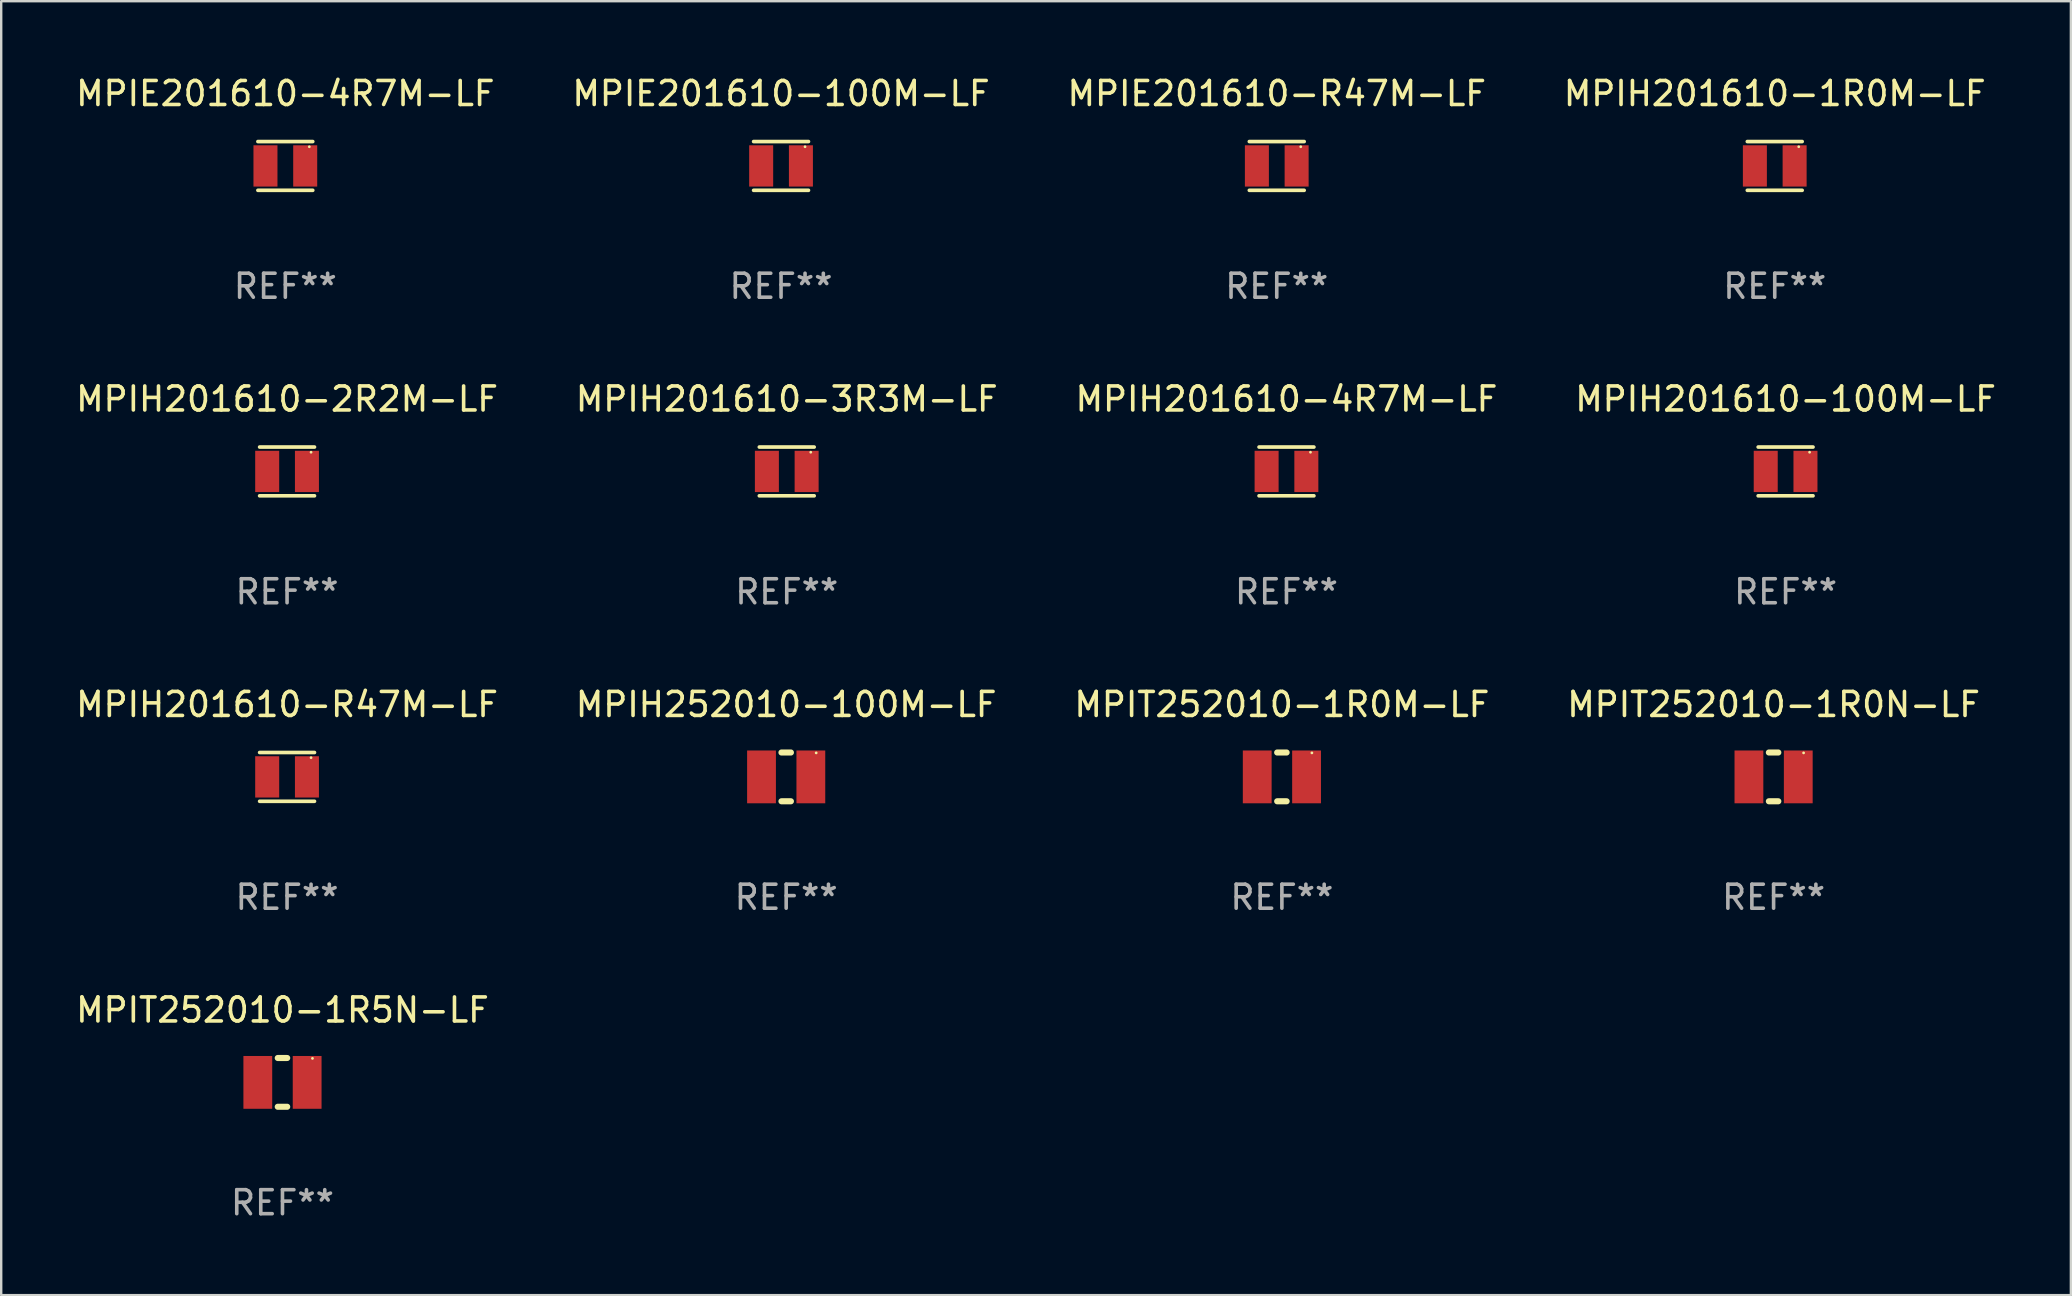
<source format=kicad_pcb>
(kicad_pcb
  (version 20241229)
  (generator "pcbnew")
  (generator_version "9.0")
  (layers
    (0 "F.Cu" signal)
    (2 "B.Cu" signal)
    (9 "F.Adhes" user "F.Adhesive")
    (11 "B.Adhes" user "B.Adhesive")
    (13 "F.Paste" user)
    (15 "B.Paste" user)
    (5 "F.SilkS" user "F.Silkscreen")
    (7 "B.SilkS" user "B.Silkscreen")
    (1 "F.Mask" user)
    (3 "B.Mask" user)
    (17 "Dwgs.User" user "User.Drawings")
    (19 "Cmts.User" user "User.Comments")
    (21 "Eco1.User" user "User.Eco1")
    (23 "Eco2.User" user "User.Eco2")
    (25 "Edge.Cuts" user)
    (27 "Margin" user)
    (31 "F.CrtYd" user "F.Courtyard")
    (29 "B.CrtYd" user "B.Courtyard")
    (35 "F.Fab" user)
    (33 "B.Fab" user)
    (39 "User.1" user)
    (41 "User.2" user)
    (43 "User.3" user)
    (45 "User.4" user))
  (footprint "MPIT252010-1R0M-LF"
    (layer "F.Cu")
    (at 50.363 29.321)
    (property "Reference" "MPIT252010-1R0M-LF" (at 0 -3.016 0) (layer "F.SilkS") (effects (font (size 1 1) (thickness 0.15))))
    (attr through_hole)
    (fp_line (start -0.197 1.016) (end 0.197 1.016) (stroke (width 0.254) (type solid)) (layer "F.SilkS"))
    (fp_line (start 0.197 -1.016) (end -0.197 -1.016) (stroke (width 0.254) (type solid)) (layer "F.SilkS"))
    (fp_circle (center 1.25 -1) (end 1.28 -1) (stroke (width 0.06) (type solid)) (fill no) (layer "F.SilkS"))
    (fp_text user "REF**" (at 0 5.016 0) (layer "F.Fab") (effects (font (size 1 1) (thickness 0.15))))
    (pad "1" smd rect (at 1.028 0) (size 1.2 2.2) (layers "F.Cu" "F.Mask" "F.Paste"))
    (pad "2" smd rect (at -1.028 0) (size 1.2 2.2) (layers "F.Cu" "F.Mask" "F.Paste")))
  (footprint "MPIE201610-4R7M-LF"
    (layer "F.Cu")
    (at 8.839 3.864)
    (property "Reference" "MPIE201610-4R7M-LF" (at 0 -3.016 0) (layer "F.SilkS") (effects (font (size 1 1) (thickness 0.15))))
    (attr through_hole)
    (fp_line (start -1.143 -1.016) (end 1.143 -1.016) (stroke (width 0.152) (type solid)) (layer "F.SilkS"))
    (fp_line (start 1.143 1.016) (end -1.143 1.016) (stroke (width 0.152) (type solid)) (layer "F.SilkS"))
    (fp_circle (center 1 -0.8) (end 1.03 -0.8) (stroke (width 0.06) (type solid)) (fill no) (layer "F.SilkS"))
    (fp_text user "REF**" (at 0 5.016 0) (layer "F.Fab") (effects (font (size 1 1) (thickness 0.15))))
    (pad "1" smd rect (at 0.828 0) (size 1 1.72) (layers "F.Cu" "F.Mask" "F.Paste"))
    (pad "2" smd rect (at -0.828 0) (size 1 1.72) (layers "F.Cu" "F.Mask" "F.Paste")))
  (footprint "MPIE201610-100M-LF"
    (layer "F.Cu")
    (at 29.494 3.864)
    (property "Reference" "MPIE201610-100M-LF" (at 0 -3.016 0) (layer "F.SilkS") (effects (font (size 1 1) (thickness 0.15))))
    (attr through_hole)
    (fp_line (start -1.143 -1.016) (end 1.143 -1.016) (stroke (width 0.152) (type solid)) (layer "F.SilkS"))
    (fp_line (start 1.143 1.016) (end -1.143 1.016) (stroke (width 0.152) (type solid)) (layer "F.SilkS"))
    (fp_circle (center 1 -0.8) (end 1.03 -0.8) (stroke (width 0.06) (type solid)) (fill no) (layer "F.SilkS"))
    (fp_text user "REF**" (at 0 5.016 0) (layer "F.Fab") (effects (font (size 1 1) (thickness 0.15))))
    (pad "1" smd rect (at 0.828 0) (size 1 1.72) (layers "F.Cu" "F.Mask" "F.Paste"))
    (pad "2" smd rect (at -0.828 0) (size 1 1.72) (layers "F.Cu" "F.Mask" "F.Paste")))
  (footprint "MPIH201610-4R7M-LF"
    (layer "F.Cu")
    (at 50.554 16.593)
    (property "Reference" "MPIH201610-4R7M-LF" (at 0 -3.016 0) (layer "F.SilkS") (effects (font (size 1 1) (thickness 0.15))))
    (attr through_hole)
    (fp_line (start -1.143 -1.016) (end 1.143 -1.016) (stroke (width 0.152) (type solid)) (layer "F.SilkS"))
    (fp_line (start 1.143 1.016) (end -1.143 1.016) (stroke (width 0.152) (type solid)) (layer "F.SilkS"))
    (fp_circle (center 1 -0.8) (end 1.03 -0.8) (stroke (width 0.06) (type solid)) (fill no) (layer "F.SilkS"))
    (fp_text user "REF**" (at 0 5.016 0) (layer "F.Fab") (effects (font (size 1 1) (thickness 0.15))))
    (pad "1" smd rect (at 0.828 0) (size 1 1.72) (layers "F.Cu" "F.Mask" "F.Paste"))
    (pad "2" smd rect (at -0.828 0) (size 1 1.72) (layers "F.Cu" "F.Mask" "F.Paste")))
  (footprint "MPIE201610-R47M-LF"
    (layer "F.Cu")
    (at 50.149 3.864)
    (property "Reference" "MPIE201610-R47M-LF" (at 0 -3.016 0) (layer "F.SilkS") (effects (font (size 1 1) (thickness 0.15))))
    (attr through_hole)
    (fp_line (start -1.143 -1.016) (end 1.143 -1.016) (stroke (width 0.152) (type solid)) (layer "F.SilkS"))
    (fp_line (start 1.143 1.016) (end -1.143 1.016) (stroke (width 0.152) (type solid)) (layer "F.SilkS"))
    (fp_circle (center 1 -0.8) (end 1.03 -0.8) (stroke (width 0.06) (type solid)) (fill no) (layer "F.SilkS"))
    (fp_text user "REF**" (at 0 5.016 0) (layer "F.Fab") (effects (font (size 1 1) (thickness 0.15))))
    (pad "1" smd rect (at 0.828 0) (size 1 1.72) (layers "F.Cu" "F.Mask" "F.Paste"))
    (pad "2" smd rect (at -0.828 0) (size 1 1.72) (layers "F.Cu" "F.Mask" "F.Paste")))
  (footprint "MPIH201610-2R2M-LF"
    (layer "F.Cu")
    (at 8.911 16.593)
    (property "Reference" "MPIH201610-2R2M-LF" (at 0 -3.016 0) (layer "F.SilkS") (effects (font (size 1 1) (thickness 0.15))))
    (attr through_hole)
    (fp_line (start -1.143 -1.016) (end 1.143 -1.016) (stroke (width 0.152) (type solid)) (layer "F.SilkS"))
    (fp_line (start 1.143 1.016) (end -1.143 1.016) (stroke (width 0.152) (type solid)) (layer "F.SilkS"))
    (fp_circle (center 1 -0.8) (end 1.03 -0.8) (stroke (width 0.06) (type solid)) (fill no) (layer "F.SilkS"))
    (fp_text user "REF**" (at 0 5.016 0) (layer "F.Fab") (effects (font (size 1 1) (thickness 0.15))))
    (pad "1" smd rect (at 0.828 0) (size 1 1.72) (layers "F.Cu" "F.Mask" "F.Paste"))
    (pad "2" smd rect (at -0.828 0) (size 1 1.72) (layers "F.Cu" "F.Mask" "F.Paste")))
  (footprint "MPIH252010-100M-LF"
    (layer "F.Cu")
    (at 29.708 29.321)
    (property "Reference" "MPIH252010-100M-LF" (at 0 -3.016 0) (layer "F.SilkS") (effects (font (size 1 1) (thickness 0.15))))
    (attr through_hole)
    (fp_line (start -0.197 1.016) (end 0.197 1.016) (stroke (width 0.254) (type solid)) (layer "F.SilkS"))
    (fp_line (start 0.197 -1.016) (end -0.197 -1.016) (stroke (width 0.254) (type solid)) (layer "F.SilkS"))
    (fp_circle (center 1.25 -1) (end 1.28 -1) (stroke (width 0.06) (type solid)) (fill no) (layer "F.SilkS"))
    (fp_text user "REF**" (at 0 5.016 0) (layer "F.Fab") (effects (font (size 1 1) (thickness 0.15))))
    (pad "1" smd rect (at 1.028 0) (size 1.2 2.2) (layers "F.Cu" "F.Mask" "F.Paste"))
    (pad "2" smd rect (at -1.028 0) (size 1.2 2.2) (layers "F.Cu" "F.Mask" "F.Paste")))
  (footprint "MPIH201610-R47M-LF"
    (layer "F.Cu")
    (at 8.911 29.321)
    (property "Reference" "MPIH201610-R47M-LF" (at 0 -3.016 0) (layer "F.SilkS") (effects (font (size 1 1) (thickness 0.15))))
    (attr through_hole)
    (fp_line (start -1.143 -1.016) (end 1.143 -1.016) (stroke (width 0.152) (type solid)) (layer "F.SilkS"))
    (fp_line (start 1.143 1.016) (end -1.143 1.016) (stroke (width 0.152) (type solid)) (layer "F.SilkS"))
    (fp_circle (center 1 -0.8) (end 1.03 -0.8) (stroke (width 0.06) (type solid)) (fill no) (layer "F.SilkS"))
    (fp_text user "REF**" (at 0 5.016 0) (layer "F.Fab") (effects (font (size 1 1) (thickness 0.15))))
    (pad "1" smd rect (at 0.828 0) (size 1 1.72) (layers "F.Cu" "F.Mask" "F.Paste"))
    (pad "2" smd rect (at -0.828 0) (size 1 1.72) (layers "F.Cu" "F.Mask" "F.Paste")))
  (footprint "MPIT252010-1R5N-LF"
    (layer "F.Cu")
    (at 8.72 42.05)
    (property "Reference" "MPIT252010-1R5N-LF" (at 0 -3.016 0) (layer "F.SilkS") (effects (font (size 1 1) (thickness 0.15))))
    (attr through_hole)
    (fp_line (start -0.197 1.016) (end 0.197 1.016) (stroke (width 0.254) (type solid)) (layer "F.SilkS"))
    (fp_line (start 0.197 -1.016) (end -0.197 -1.016) (stroke (width 0.254) (type solid)) (layer "F.SilkS"))
    (fp_circle (center 1.25 -1) (end 1.28 -1) (stroke (width 0.06) (type solid)) (fill no) (layer "F.SilkS"))
    (fp_text user "REF**" (at 0 5.016 0) (layer "F.Fab") (effects (font (size 1 1) (thickness 0.15))))
    (pad "1" smd rect (at 1.028 0) (size 1.2 2.2) (layers "F.Cu" "F.Mask" "F.Paste"))
    (pad "2" smd rect (at -1.028 0) (size 1.2 2.2) (layers "F.Cu" "F.Mask" "F.Paste")))
  (footprint "MPIH201610-100M-LF"
    (layer "F.Cu")
    (at 71.351 16.593)
    (property "Reference" "MPIH201610-100M-LF" (at 0 -3.016 0) (layer "F.SilkS") (effects (font (size 1 1) (thickness 0.15))))
    (attr through_hole)
    (fp_line (start -1.143 -1.016) (end 1.143 -1.016) (stroke (width 0.152) (type solid)) (layer "F.SilkS"))
    (fp_line (start 1.143 1.016) (end -1.143 1.016) (stroke (width 0.152) (type solid)) (layer "F.SilkS"))
    (fp_circle (center 1 -0.8) (end 1.03 -0.8) (stroke (width 0.06) (type solid)) (fill no) (layer "F.SilkS"))
    (fp_text user "REF**" (at 0 5.016 0) (layer "F.Fab") (effects (font (size 1 1) (thickness 0.15))))
    (pad "1" smd rect (at 0.828 0) (size 1 1.72) (layers "F.Cu" "F.Mask" "F.Paste"))
    (pad "2" smd rect (at -0.828 0) (size 1 1.72) (layers "F.Cu" "F.Mask" "F.Paste")))
  (footprint "MPIH201610-1R0M-LF"
    (layer "F.Cu")
    (at 70.899 3.864)
    (property "Reference" "MPIH201610-1R0M-LF" (at 0 -3.016 0) (layer "F.SilkS") (effects (font (size 1 1) (thickness 0.15))))
    (attr through_hole)
    (fp_line (start -1.143 -1.016) (end 1.143 -1.016) (stroke (width 0.152) (type solid)) (layer "F.SilkS"))
    (fp_line (start 1.143 1.016) (end -1.143 1.016) (stroke (width 0.152) (type solid)) (layer "F.SilkS"))
    (fp_circle (center 1 -0.8) (end 1.03 -0.8) (stroke (width 0.06) (type solid)) (fill no) (layer "F.SilkS"))
    (fp_text user "REF**" (at 0 5.016 0) (layer "F.Fab") (effects (font (size 1 1) (thickness 0.15))))
    (pad "1" smd rect (at 0.828 0) (size 1 1.72) (layers "F.Cu" "F.Mask" "F.Paste"))
    (pad "2" smd rect (at -0.828 0) (size 1 1.72) (layers "F.Cu" "F.Mask" "F.Paste")))
  (footprint "MPIH201610-3R3M-LF"
    (layer "F.Cu")
    (at 29.732 16.593)
    (property "Reference" "MPIH201610-3R3M-LF" (at 0 -3.016 0) (layer "F.SilkS") (effects (font (size 1 1) (thickness 0.15))))
    (attr through_hole)
    (fp_line (start -1.143 -1.016) (end 1.143 -1.016) (stroke (width 0.152) (type solid)) (layer "F.SilkS"))
    (fp_line (start 1.143 1.016) (end -1.143 1.016) (stroke (width 0.152) (type solid)) (layer "F.SilkS"))
    (fp_circle (center 1 -0.8) (end 1.03 -0.8) (stroke (width 0.06) (type solid)) (fill no) (layer "F.SilkS"))
    (fp_text user "REF**" (at 0 5.016 0) (layer "F.Fab") (effects (font (size 1 1) (thickness 0.15))))
    (pad "1" smd rect (at 0.828 0) (size 1 1.72) (layers "F.Cu" "F.Mask" "F.Paste"))
    (pad "2" smd rect (at -0.828 0) (size 1 1.72) (layers "F.Cu" "F.Mask" "F.Paste")))
  (footprint "MPIT252010-1R0N-LF"
    (layer "F.Cu")
    (at 70.851 29.321)
    (property "Reference" "MPIT252010-1R0N-LF" (at 0 -3.016 0) (layer "F.SilkS") (effects (font (size 1 1) (thickness 0.15))))
    (attr through_hole)
    (fp_line (start -0.197 1.016) (end 0.197 1.016) (stroke (width 0.254) (type solid)) (layer "F.SilkS"))
    (fp_line (start 0.197 -1.016) (end -0.197 -1.016) (stroke (width 0.254) (type solid)) (layer "F.SilkS"))
    (fp_circle (center 1.25 -1) (end 1.28 -1) (stroke (width 0.06) (type solid)) (fill no) (layer "F.SilkS"))
    (fp_text user "REF**" (at 0 5.016 0) (layer "F.Fab") (effects (font (size 1 1) (thickness 0.15))))
    (pad "1" smd rect (at 1.028 0) (size 1.2 2.2) (layers "F.Cu" "F.Mask" "F.Paste"))
    (pad "2" smd rect (at -1.028 0) (size 1.2 2.2) (layers "F.Cu" "F.Mask" "F.Paste")))
  (gr_rect
    (start -3 -3)
    (end 83.238 50.914)
    (stroke (width 0.1) (type default))
    (fill no)
    (layer "Edge.Cuts")))
</source>
